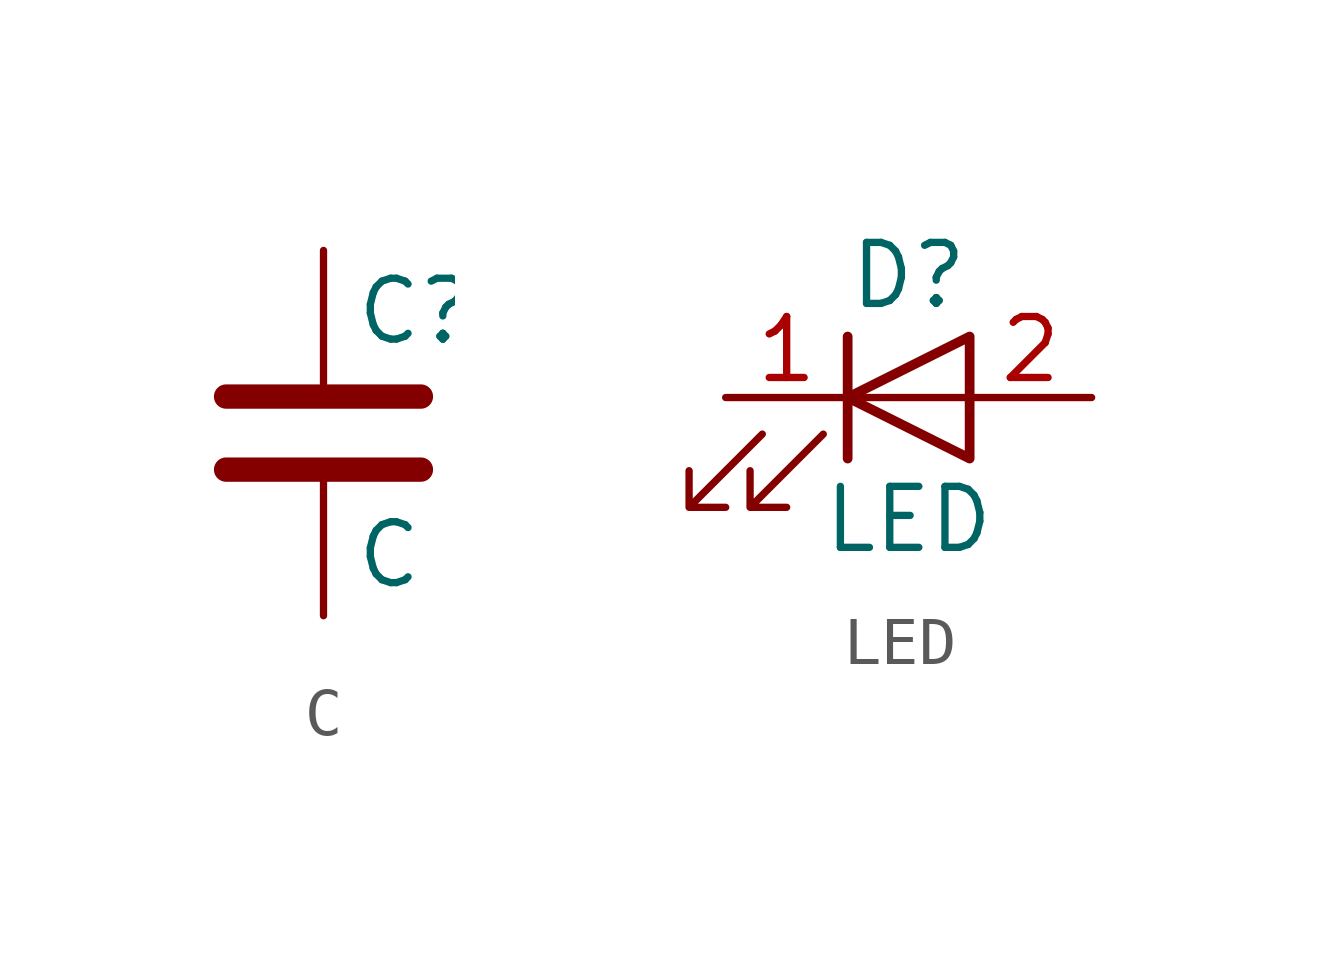
<source format=kicad_sym>
(kicad_symbol_lib
  (version 20211014)
  (generator kicad_symbol_editor)
  (symbol "C"
    (pin_numbers hide)
    (pin_names
      (offset 0.254))
    (property "Reference" "C"
      (at 0.635 2.54 0)
      (effects (font (size 1.27 1.27)) (justify left)))
    (property "Value" "C"
      (at 0.635 -2.54 0)
      (effects (font (size 1.27 1.27)) (justify left)))
    (property "Footprint" ""
      (at 0.965 -3.81 0)
      (effects (font (size 1.27 1.27))))
    (property "Datasheet" ""
      (at 0 0 0)
      (effects (font (size 1.27 1.27))))
    (symbol "C_0_1"
      (polyline (pts (xy -2.032 -0.762) (xy 2.032 -0.762)) (stroke (width 0.508) (type default) (color 0 0 0 0)) (fill (type none)))
      (polyline (pts (xy -2.032 0.762) (xy 2.032 0.762)) (stroke (width 0.508) (type default) (color 0 0 0 0)) (fill (type none))))
    (symbol "C_1_1"
      (pin passive line (at 0 3.81 270) (length 2.794) (name "~" (effects (font (size 1.27 1.27)))) (number "1" (effects (font (size 1.27 1.27)))))
      (pin passive line (at 0 -3.81 90) (length 2.794) (name "~" (effects (font (size 1.27 1.27)))) (number "2" (effects (font (size 1.27 1.27)))))))
  (symbol "LED"
    (pin_names
      (offset 1.016) hide)
    (property "Reference" "D"
      (at 0 2.54 0)
      (effects (font (size 1.27 1.27))))
    (property "Value" "LED"
      (at 0 -2.54 0)
      (effects (font (size 1.27 1.27))))
    (property "Footprint" ""
      (at 0 0 0)
      (effects (font (size 1.27 1.27))))
    (property "Datasheet" ""
      (at 0 0 0)
      (effects (font (size 1.27 1.27))))
    (symbol "LED_0_1"
      (polyline (pts (xy -1.27 -1.27) (xy -1.27 1.27)) (stroke (width 0.203) (type default) (color 0 0 0 0)) (fill (type none)))
      (polyline (pts (xy -1.27 0) (xy 1.27 0)) (stroke (width 0) (type default) (color 0 0 0 0)) (fill (type none)))
      (polyline (pts (xy 1.27 -1.27) (xy 1.27 1.27) (xy -1.27 0) (xy 1.27 -1.27)) (stroke (width 0.203) (type default) (color 0 0 0 0)) (fill (type none)))
      (polyline (pts (xy -3.048 -0.762) (xy -4.572 -2.286) (xy -3.81 -2.286) (xy -4.572 -2.286) (xy -4.572 -1.524)) (stroke (width 0) (type default) (color 0 0 0 0)) (fill (type none)))
      (polyline (pts (xy -1.778 -0.762) (xy -3.302 -2.286) (xy -2.54 -2.286) (xy -3.302 -2.286) (xy -3.302 -1.524)) (stroke (width 0) (type default) (color 0 0 0 0)) (fill (type none))))
    (symbol "LED_1_1"
      (pin passive line (at -3.81 0 0) (length 2.54) (name "K" (effects (font (size 1.27 1.27)))) (number "1" (effects (font (size 1.27 1.27)))))
      (pin passive line (at 3.81 0 180) (length 2.54) (name "A" (effects (font (size 1.27 1.27)))) (number "2" (effects (font (size 1.27 1.27))))))))
</source>
